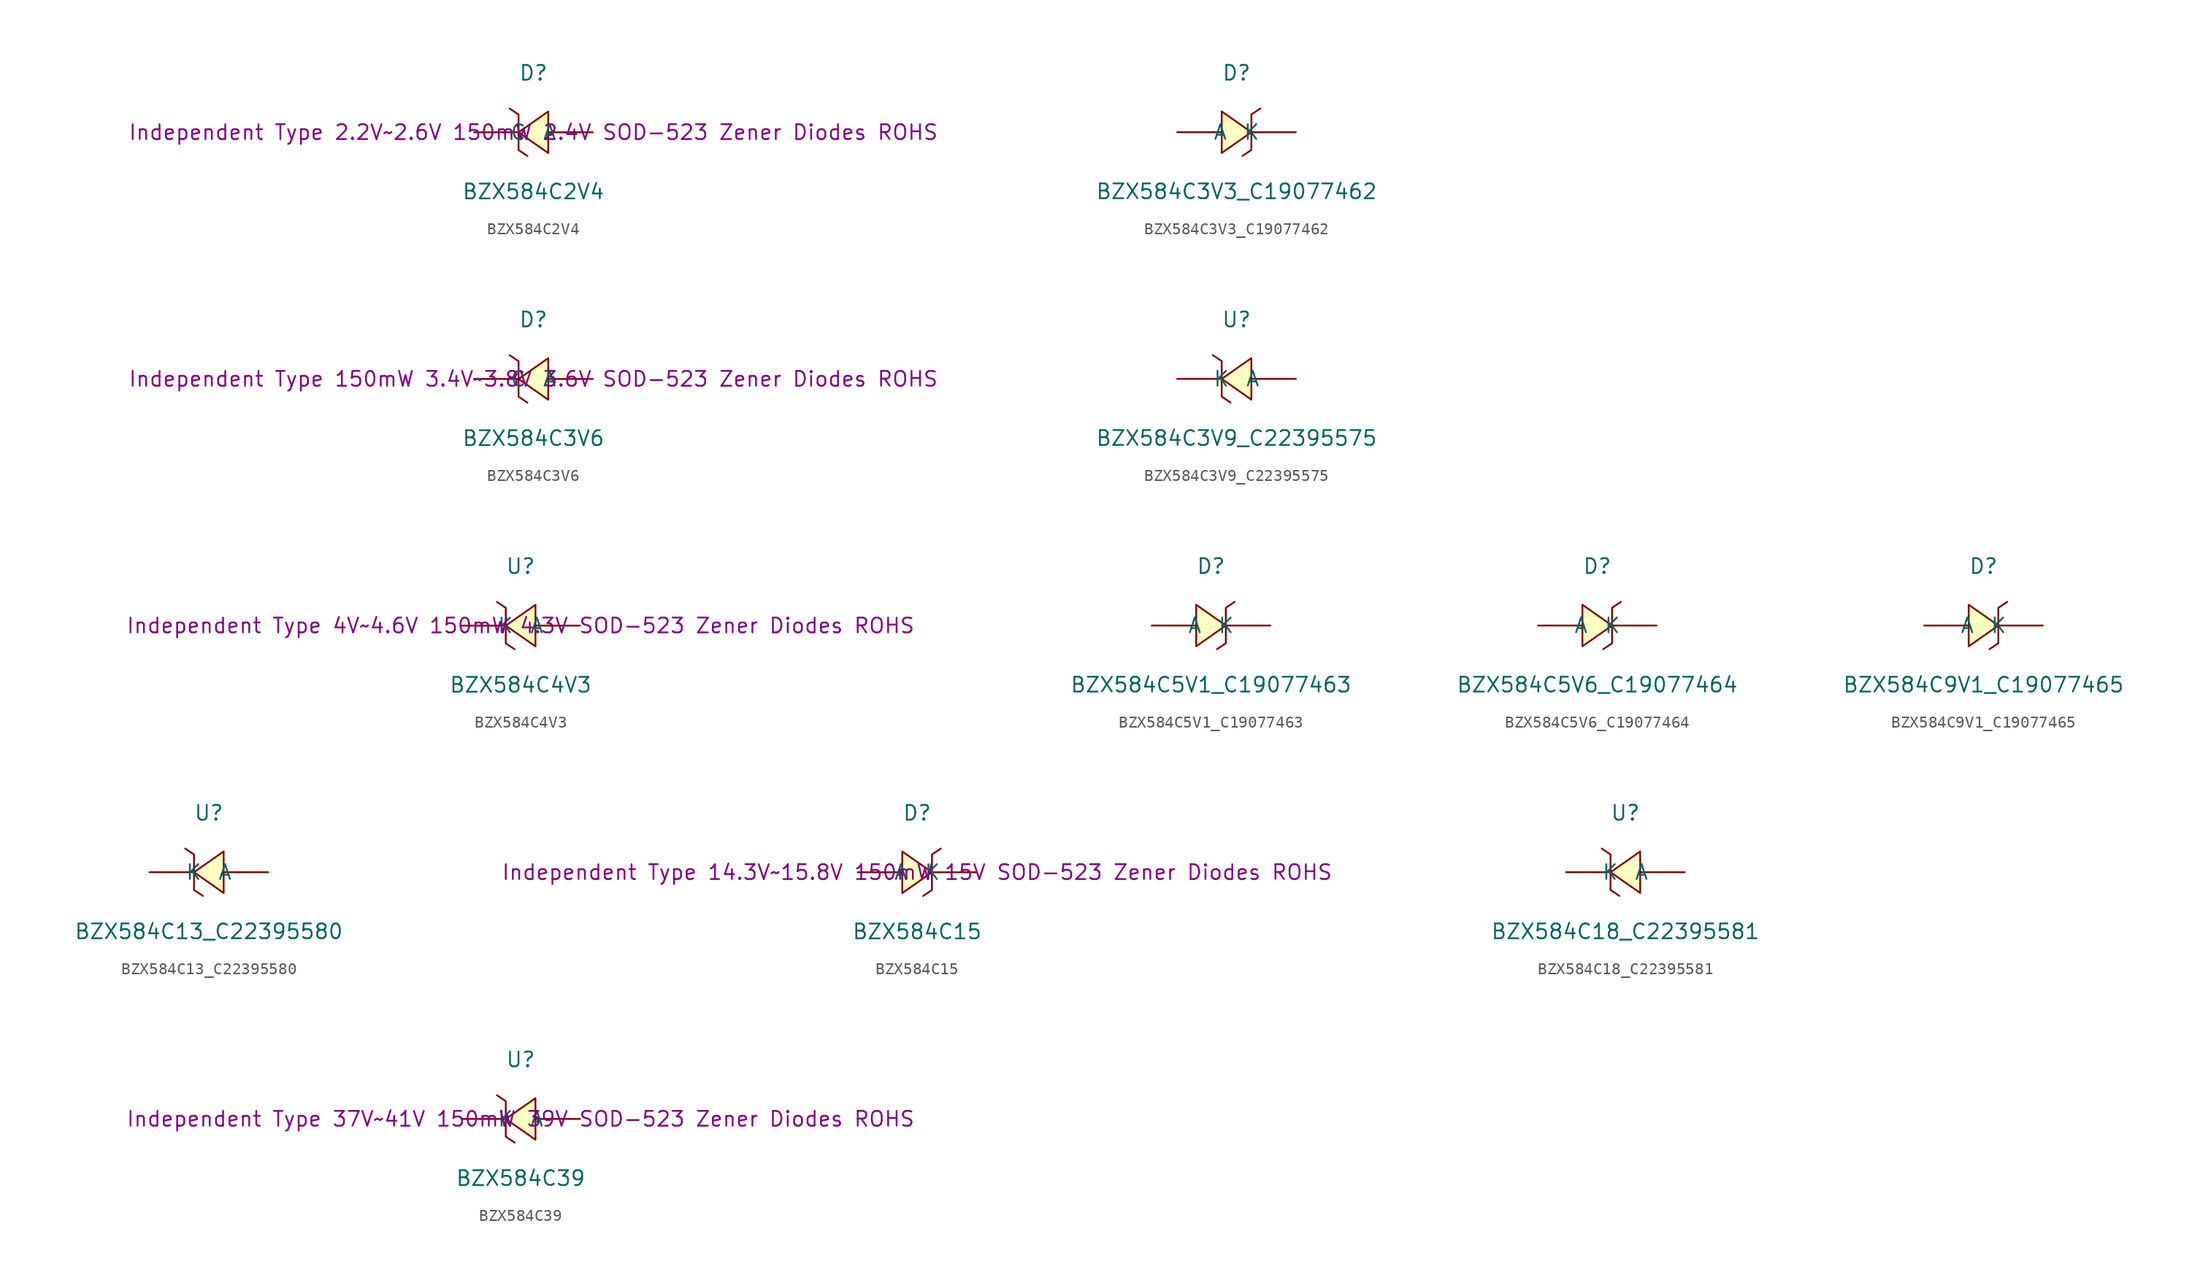
<source format=kicad_sym>
(kicad_symbol_lib
  (version 20241209)
  (generator "kicad_symbol_editor")
  (generator_version "9.0")
  (symbol "BZX584C2V4"
    (pin_numbers
      (hide yes))
    (property "Reference" "D"
      (at 0 5.08 0)
      (effects (font (size 1.27 1.27))))
    (property "Value" "BZX584C2V4"
      (at 0 -5.08 0)
      (effects (font (size 1.27 1.27))))
    (property "Description" "Independent Type 2.2V~2.6V 150mW 2.4V SOD-523 Zener Diodes ROHS"
      (at 0 0 0)
      (effects (font (size 1.27 1.27))))
    (symbol "BZX584C2V4_0_1"
      (polyline (pts (xy -2.03 2.03) (xy -1.27 1.52) (xy -1.27 -1.52) (xy -0.51 -2.03)) (stroke (width 0) (type default)) (fill (type none)))
      (polyline (pts (xy -1.27 0) (xy -2.54 0)) (stroke (width 0) (type default)) (fill (type none)))
      (polyline (pts (xy 1.27 1.78) (xy -1.27 0) (xy 1.27 -1.78) (xy 1.27 1.78)) (stroke (width 0) (type default)) (fill (type background)))
      (polyline (pts (xy 2.54 0) (xy 1.27 0)) (stroke (width 0) (type default)) (fill (type none)))
      (pin unspecified line (at -5.08 0 0) (length 2.54) (name "C" (effects (font (size 1.27 1.27)))) (number "1" (effects (font (size 1.27 1.27)))))
      (pin unspecified line (at 5.08 0 180) (length 2.54) (name "A" (effects (font (size 1.27 1.27)))) (number "2" (effects (font (size 1.27 1.27)))))))
  (symbol "BZX584C3V3_C19077462"
    (pin_numbers
      (hide yes))
    (property "Reference" "D"
      (at 0 5.08 0)
      (effects (font (size 1.27 1.27))))
    (property "Value" "BZX584C3V3_C19077462"
      (at 0 -5.08 0)
      (effects (font (size 1.27 1.27))))
    (symbol "BZX584C3V3_C19077462_0_1"
      (polyline (pts (xy -2.54 0) (xy -1.27 0)) (stroke (width 0) (type default)) (fill (type none)))
      (polyline (pts (xy -1.27 1.78) (xy 1.27 0) (xy -1.27 -1.78) (xy -1.27 1.78)) (stroke (width 0) (type default)) (fill (type background)))
      (polyline (pts (xy 1.27 0) (xy 2.54 0)) (stroke (width 0) (type default)) (fill (type none)))
      (polyline (pts (xy 2.03 2.03) (xy 1.27 1.52) (xy 1.27 -1.52) (xy 0.51 -2.03)) (stroke (width 0) (type default)) (fill (type none)))
      (pin unspecified line (at -5.08 0 0) (length 2.54) (name "A" (effects (font (size 1.27 1.27)))) (number "1" (effects (font (size 1.27 1.27)))))
      (pin unspecified line (at 5.08 0 180) (length 2.54) (name "K" (effects (font (size 1.27 1.27)))) (number "2" (effects (font (size 1.27 1.27)))))))
  (symbol "BZX584C3V6"
    (pin_numbers
      (hide yes))
    (property "Reference" "D"
      (at 0 5.08 0)
      (effects (font (size 1.27 1.27))))
    (property "Value" "BZX584C3V6"
      (at 0 -5.08 0)
      (effects (font (size 1.27 1.27))))
    (property "Description" "Independent Type 150mW 3.4V~3.8V 3.6V SOD-523 Zener Diodes ROHS"
      (at 0 0 0)
      (effects (font (size 1.27 1.27))))
    (symbol "BZX584C3V6_0_1"
      (polyline (pts (xy -2.03 2.03) (xy -1.27 1.52) (xy -1.27 -1.52) (xy -0.51 -2.03)) (stroke (width 0) (type default)) (fill (type none)))
      (polyline (pts (xy -1.27 0) (xy -2.54 0)) (stroke (width 0) (type default)) (fill (type none)))
      (polyline (pts (xy 1.27 1.78) (xy -1.27 0) (xy 1.27 -1.78) (xy 1.27 1.78)) (stroke (width 0) (type default)) (fill (type background)))
      (polyline (pts (xy 2.54 0) (xy 1.27 0)) (stroke (width 0) (type default)) (fill (type none)))
      (pin unspecified line (at -5.08 0 0) (length 2.54) (name "C" (effects (font (size 1.27 1.27)))) (number "1" (effects (font (size 1.27 1.27)))))
      (pin unspecified line (at 5.08 0 180) (length 2.54) (name "A" (effects (font (size 1.27 1.27)))) (number "2" (effects (font (size 1.27 1.27)))))))
  (symbol "BZX584C3V9_C22395575"
    (pin_numbers
      (hide yes))
    (property "Reference" "U"
      (at 0 5.08 0)
      (effects (font (size 1.27 1.27))))
    (property "Value" "BZX584C3V9_C22395575"
      (at 0 -5.08 0)
      (effects (font (size 1.27 1.27))))
    (symbol "BZX584C3V9_C22395575_0_1"
      (polyline (pts (xy -2.03 2.03) (xy -1.27 1.52) (xy -1.27 -1.52) (xy -0.51 -2.03)) (stroke (width 0) (type default)) (fill (type none)))
      (polyline (pts (xy -1.27 0) (xy -2.54 0)) (stroke (width 0) (type default)) (fill (type none)))
      (polyline (pts (xy 1.27 1.78) (xy -1.27 0) (xy 1.27 -1.78) (xy 1.27 1.78)) (stroke (width 0) (type default)) (fill (type background)))
      (polyline (pts (xy 2.54 0) (xy 1.27 0)) (stroke (width 0) (type default)) (fill (type none)))
      (pin unspecified line (at -5.08 0 0) (length 2.54) (name "K" (effects (font (size 1.27 1.27)))) (number "2" (effects (font (size 1.27 1.27)))))
      (pin unspecified line (at 5.08 0 180) (length 2.54) (name "A" (effects (font (size 1.27 1.27)))) (number "1" (effects (font (size 1.27 1.27)))))))
  (symbol "BZX584C4V3"
    (pin_numbers
      (hide yes))
    (property "Reference" "U"
      (at 0 5.08 0)
      (effects (font (size 1.27 1.27))))
    (property "Value" "BZX584C4V3"
      (at 0 -5.08 0)
      (effects (font (size 1.27 1.27))))
    (property "Description" "Independent Type 4V~4.6V 150mW 4.3V SOD-523 Zener Diodes ROHS"
      (at 0 0 0)
      (effects (font (size 1.27 1.27))))
    (symbol "BZX584C4V3_0_1"
      (polyline (pts (xy -2.03 2.03) (xy -1.27 1.52) (xy -1.27 -1.52) (xy -0.51 -2.03)) (stroke (width 0) (type default)) (fill (type none)))
      (polyline (pts (xy -1.27 0) (xy -2.54 0)) (stroke (width 0) (type default)) (fill (type none)))
      (polyline (pts (xy 1.27 1.78) (xy -1.27 0) (xy 1.27 -1.78) (xy 1.27 1.78)) (stroke (width 0) (type default)) (fill (type background)))
      (polyline (pts (xy 2.54 0) (xy 1.27 0)) (stroke (width 0) (type default)) (fill (type none)))
      (pin unspecified line (at -5.08 0 0) (length 2.54) (name "K" (effects (font (size 1.27 1.27)))) (number "2" (effects (font (size 1.27 1.27)))))
      (pin unspecified line (at 5.08 0 180) (length 2.54) (name "A" (effects (font (size 1.27 1.27)))) (number "1" (effects (font (size 1.27 1.27)))))))
  (symbol "BZX584C5V1_C19077463"
    (pin_numbers
      (hide yes))
    (property "Reference" "D"
      (at 0 5.08 0)
      (effects (font (size 1.27 1.27))))
    (property "Value" "BZX584C5V1_C19077463"
      (at 0 -5.08 0)
      (effects (font (size 1.27 1.27))))
    (symbol "BZX584C5V1_C19077463_0_1"
      (polyline (pts (xy -2.54 0) (xy -1.27 0)) (stroke (width 0) (type default)) (fill (type none)))
      (polyline (pts (xy -1.27 1.78) (xy 1.27 0) (xy -1.27 -1.78) (xy -1.27 1.78)) (stroke (width 0) (type default)) (fill (type background)))
      (polyline (pts (xy 1.27 0) (xy 2.54 0)) (stroke (width 0) (type default)) (fill (type none)))
      (polyline (pts (xy 2.03 2.03) (xy 1.27 1.52) (xy 1.27 -1.52) (xy 0.51 -2.03)) (stroke (width 0) (type default)) (fill (type none)))
      (pin unspecified line (at -5.08 0 0) (length 2.54) (name "A" (effects (font (size 1.27 1.27)))) (number "1" (effects (font (size 1.27 1.27)))))
      (pin unspecified line (at 5.08 0 180) (length 2.54) (name "K" (effects (font (size 1.27 1.27)))) (number "2" (effects (font (size 1.27 1.27)))))))
  (symbol "BZX584C5V6_C19077464"
    (pin_numbers
      (hide yes))
    (property "Reference" "D"
      (at 0 5.08 0)
      (effects (font (size 1.27 1.27))))
    (property "Value" "BZX584C5V6_C19077464"
      (at 0 -5.08 0)
      (effects (font (size 1.27 1.27))))
    (symbol "BZX584C5V6_C19077464_0_1"
      (polyline (pts (xy -2.54 0) (xy -1.27 0)) (stroke (width 0) (type default)) (fill (type none)))
      (polyline (pts (xy -1.27 1.78) (xy 1.27 0) (xy -1.27 -1.78) (xy -1.27 1.78)) (stroke (width 0) (type default)) (fill (type background)))
      (polyline (pts (xy 1.27 0) (xy 2.54 0)) (stroke (width 0) (type default)) (fill (type none)))
      (polyline (pts (xy 2.03 2.03) (xy 1.27 1.52) (xy 1.27 -1.52) (xy 0.51 -2.03)) (stroke (width 0) (type default)) (fill (type none)))
      (pin unspecified line (at -5.08 0 0) (length 2.54) (name "A" (effects (font (size 1.27 1.27)))) (number "1" (effects (font (size 1.27 1.27)))))
      (pin unspecified line (at 5.08 0 180) (length 2.54) (name "K" (effects (font (size 1.27 1.27)))) (number "2" (effects (font (size 1.27 1.27)))))))
  (symbol "BZX584C9V1_C19077465"
    (pin_numbers
      (hide yes))
    (property "Reference" "D"
      (at 0 5.08 0)
      (effects (font (size 1.27 1.27))))
    (property "Value" "BZX584C9V1_C19077465"
      (at 0 -5.08 0)
      (effects (font (size 1.27 1.27))))
    (symbol "BZX584C9V1_C19077465_0_1"
      (polyline (pts (xy -2.54 0) (xy -1.27 0)) (stroke (width 0) (type default)) (fill (type none)))
      (polyline (pts (xy -1.27 1.78) (xy 1.27 0) (xy -1.27 -1.78) (xy -1.27 1.78)) (stroke (width 0) (type default)) (fill (type background)))
      (polyline (pts (xy 1.27 0) (xy 2.54 0)) (stroke (width 0) (type default)) (fill (type none)))
      (polyline (pts (xy 2.03 2.03) (xy 1.27 1.52) (xy 1.27 -1.52) (xy 0.51 -2.03)) (stroke (width 0) (type default)) (fill (type none)))
      (pin unspecified line (at -5.08 0 0) (length 2.54) (name "A" (effects (font (size 1.27 1.27)))) (number "1" (effects (font (size 1.27 1.27)))))
      (pin unspecified line (at 5.08 0 180) (length 2.54) (name "K" (effects (font (size 1.27 1.27)))) (number "2" (effects (font (size 1.27 1.27)))))))
  (symbol "BZX584C13_C22395580"
    (pin_numbers
      (hide yes))
    (property "Reference" "U"
      (at 0 5.08 0)
      (effects (font (size 1.27 1.27))))
    (property "Value" "BZX584C13_C22395580"
      (at 0 -5.08 0)
      (effects (font (size 1.27 1.27))))
    (symbol "BZX584C13_C22395580_0_1"
      (polyline (pts (xy -2.03 2.03) (xy -1.27 1.52) (xy -1.27 -1.52) (xy -0.51 -2.03)) (stroke (width 0) (type default)) (fill (type none)))
      (polyline (pts (xy -1.27 0) (xy -2.54 0)) (stroke (width 0) (type default)) (fill (type none)))
      (polyline (pts (xy 1.27 1.78) (xy -1.27 0) (xy 1.27 -1.78) (xy 1.27 1.78)) (stroke (width 0) (type default)) (fill (type background)))
      (polyline (pts (xy 2.54 0) (xy 1.27 0)) (stroke (width 0) (type default)) (fill (type none)))
      (pin unspecified line (at -5.08 0 0) (length 2.54) (name "K" (effects (font (size 1.27 1.27)))) (number "2" (effects (font (size 1.27 1.27)))))
      (pin unspecified line (at 5.08 0 180) (length 2.54) (name "A" (effects (font (size 1.27 1.27)))) (number "1" (effects (font (size 1.27 1.27)))))))
  (symbol "BZX584C15"
    (pin_numbers
      (hide yes))
    (property "Reference" "D"
      (at 0 5.08 0)
      (effects (font (size 1.27 1.27))))
    (property "Value" "BZX584C15"
      (at 0 -5.08 0)
      (effects (font (size 1.27 1.27))))
    (property "Description" "Independent Type 14.3V~15.8V 150mW 15V SOD-523 Zener Diodes ROHS"
      (at 0 0 0)
      (effects (font (size 1.27 1.27))))
    (symbol "BZX584C15_0_1"
      (polyline (pts (xy -2.54 0) (xy -1.27 0)) (stroke (width 0) (type default)) (fill (type none)))
      (polyline (pts (xy -1.27 1.78) (xy 1.27 0) (xy -1.27 -1.78) (xy -1.27 1.78)) (stroke (width 0) (type default)) (fill (type background)))
      (polyline (pts (xy 1.27 0) (xy 2.54 0)) (stroke (width 0) (type default)) (fill (type none)))
      (polyline (pts (xy 2.03 2.03) (xy 1.27 1.52) (xy 1.27 -1.52) (xy 0.51 -2.03)) (stroke (width 0) (type default)) (fill (type none)))
      (pin unspecified line (at -5.08 0 0) (length 2.54) (name "A" (effects (font (size 1.27 1.27)))) (number "1" (effects (font (size 1.27 1.27)))))
      (pin unspecified line (at 5.08 0 180) (length 2.54) (name "K" (effects (font (size 1.27 1.27)))) (number "2" (effects (font (size 1.27 1.27)))))))
  (symbol "BZX584C18_C22395581"
    (pin_numbers
      (hide yes))
    (property "Reference" "U"
      (at 0 5.08 0)
      (effects (font (size 1.27 1.27))))
    (property "Value" "BZX584C18_C22395581"
      (at 0 -5.08 0)
      (effects (font (size 1.27 1.27))))
    (symbol "BZX584C18_C22395581_0_1"
      (polyline (pts (xy -2.03 2.03) (xy -1.27 1.52) (xy -1.27 -1.52) (xy -0.51 -2.03)) (stroke (width 0) (type default)) (fill (type none)))
      (polyline (pts (xy -1.27 0) (xy -2.54 0)) (stroke (width 0) (type default)) (fill (type none)))
      (polyline (pts (xy 1.27 1.78) (xy -1.27 0) (xy 1.27 -1.78) (xy 1.27 1.78)) (stroke (width 0) (type default)) (fill (type background)))
      (polyline (pts (xy 2.54 0) (xy 1.27 0)) (stroke (width 0) (type default)) (fill (type none)))
      (pin unspecified line (at -5.08 0 0) (length 2.54) (name "K" (effects (font (size 1.27 1.27)))) (number "2" (effects (font (size 1.27 1.27)))))
      (pin unspecified line (at 5.08 0 180) (length 2.54) (name "A" (effects (font (size 1.27 1.27)))) (number "1" (effects (font (size 1.27 1.27)))))))
  (symbol "BZX584C39"
    (pin_numbers
      (hide yes))
    (property "Reference" "U"
      (at 0 5.08 0)
      (effects (font (size 1.27 1.27))))
    (property "Value" "BZX584C39"
      (at 0 -5.08 0)
      (effects (font (size 1.27 1.27))))
    (property "Description" "Independent Type 37V~41V 150mW 39V SOD-523 Zener Diodes ROHS"
      (at 0 0 0)
      (effects (font (size 1.27 1.27))))
    (symbol "BZX584C39_0_1"
      (polyline (pts (xy -2.03 2.03) (xy -1.27 1.52) (xy -1.27 -1.52) (xy -0.51 -2.03)) (stroke (width 0) (type default)) (fill (type none)))
      (polyline (pts (xy -1.27 0) (xy -2.54 0)) (stroke (width 0) (type default)) (fill (type none)))
      (polyline (pts (xy 1.27 1.78) (xy -1.27 0) (xy 1.27 -1.78) (xy 1.27 1.78)) (stroke (width 0) (type default)) (fill (type background)))
      (polyline (pts (xy 2.54 0) (xy 1.27 0)) (stroke (width 0) (type default)) (fill (type none)))
      (pin unspecified line (at -5.08 0 0) (length 2.54) (name "K" (effects (font (size 1.27 1.27)))) (number "2" (effects (font (size 1.27 1.27)))))
      (pin unspecified line (at 5.08 0 180) (length 2.54) (name "A" (effects (font (size 1.27 1.27)))) (number "1" (effects (font (size 1.27 1.27))))))))
</source>
